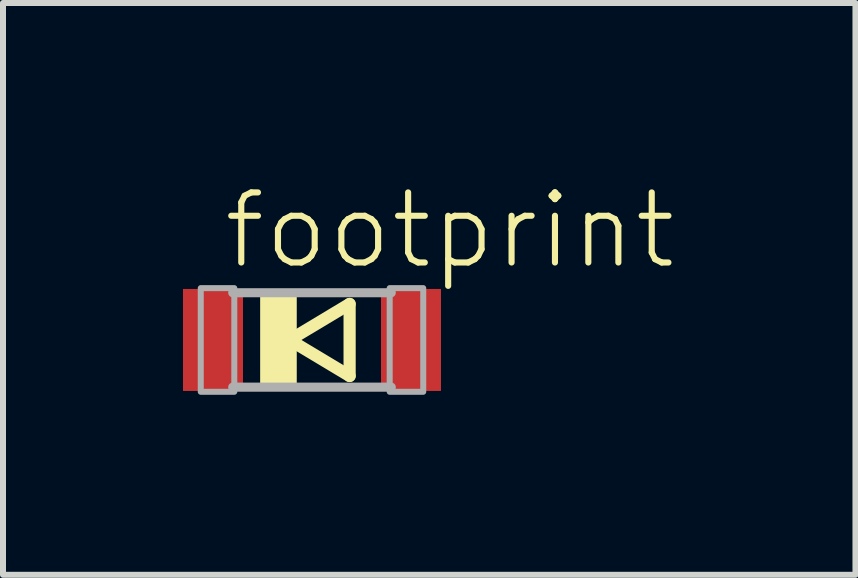
<source format=kicad_pcb>
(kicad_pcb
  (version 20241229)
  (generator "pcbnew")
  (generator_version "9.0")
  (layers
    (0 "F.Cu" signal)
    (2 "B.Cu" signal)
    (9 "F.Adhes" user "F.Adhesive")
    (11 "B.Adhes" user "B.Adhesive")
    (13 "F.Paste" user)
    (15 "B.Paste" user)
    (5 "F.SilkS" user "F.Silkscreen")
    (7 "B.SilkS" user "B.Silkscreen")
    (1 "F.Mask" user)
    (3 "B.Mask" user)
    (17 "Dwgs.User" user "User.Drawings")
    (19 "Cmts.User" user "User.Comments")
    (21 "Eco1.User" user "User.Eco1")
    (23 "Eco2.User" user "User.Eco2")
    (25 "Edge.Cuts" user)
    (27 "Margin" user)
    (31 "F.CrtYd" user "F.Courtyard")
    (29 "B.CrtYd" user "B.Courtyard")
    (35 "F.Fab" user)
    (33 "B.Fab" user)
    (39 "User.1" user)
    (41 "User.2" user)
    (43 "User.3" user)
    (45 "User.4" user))
  (footprint "footprint"
    (layer "F.Cu")
    (at 2.15 2.616)
    (property "Reference" "footprint" (at -1.524 -1.143 0) (layer "F.SilkS") (effects (font (size 1.168 1.168) (thickness 0.102)) (justify left bottom)))
    (fp_line (start -0.373 0) (end 0.627 0.6) (stroke (width 0.203) (type solid)) (layer "F.SilkS"))
    (fp_line (start 0.627 -0.6) (end -0.373 0) (stroke (width 0.203) (type solid)) (layer "F.SilkS"))
    (fp_line (start 0.627 0.6) (end 0.627 -0.6) (stroke (width 0.203) (type solid)) (layer "F.SilkS"))
    (fp_poly (pts (xy -0.864 0.787) (xy -0.254 0.787) (xy -0.254 -0.787) (xy -0.864 -0.787)) (stroke (width 0) (type solid)) (fill yes) (layer "F.SilkS"))
    (fp_line (start 1.321 -0.787) (end -1.321 -0.787) (stroke (width 0.152) (type solid)) (layer "F.Fab"))
    (fp_line (start 1.321 0.787) (end -1.321 0.787) (stroke (width 0.152) (type solid)) (layer "F.Fab"))
    (fp_poly (pts (xy -1.854 0.864) (xy -1.295 0.864) (xy -1.295 -0.864) (xy -1.854 -0.864)) (stroke (width 0.1) (type solid)) (fill no) (layer "F.Fab"))
    (fp_poly (pts (xy 1.295 0.864) (xy 1.854 0.864) (xy 1.854 -0.864) (xy 1.295 -0.864)) (stroke (width 0.1) (type solid)) (fill no) (layer "F.Fab"))
    (pad "A" smd rect (at 1.65 0) (size 1 1.7) (layers "F.Cu" "F.Mask" "F.Paste"))
    (pad "C" smd rect (at -1.65 0) (size 1 1.7) (layers "F.Cu" "F.Mask" "F.Paste")))
  (gr_rect
    (start -3 -3)
    (end 11.208 6.53)
    (stroke (width 0.1) (type default))
    (fill no)
    (layer "Edge.Cuts")))
</source>
